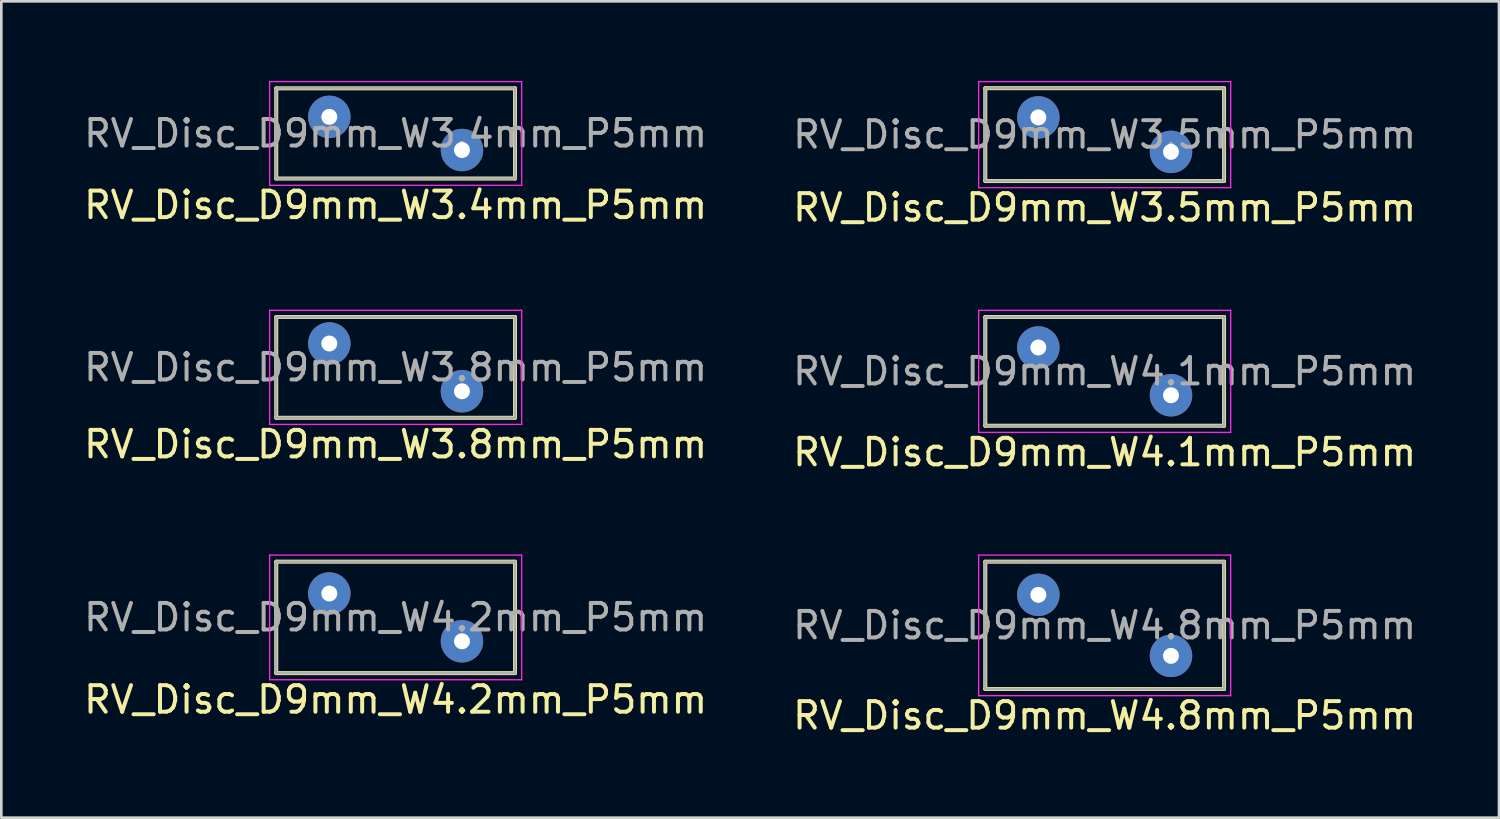
<source format=kicad_pcb>
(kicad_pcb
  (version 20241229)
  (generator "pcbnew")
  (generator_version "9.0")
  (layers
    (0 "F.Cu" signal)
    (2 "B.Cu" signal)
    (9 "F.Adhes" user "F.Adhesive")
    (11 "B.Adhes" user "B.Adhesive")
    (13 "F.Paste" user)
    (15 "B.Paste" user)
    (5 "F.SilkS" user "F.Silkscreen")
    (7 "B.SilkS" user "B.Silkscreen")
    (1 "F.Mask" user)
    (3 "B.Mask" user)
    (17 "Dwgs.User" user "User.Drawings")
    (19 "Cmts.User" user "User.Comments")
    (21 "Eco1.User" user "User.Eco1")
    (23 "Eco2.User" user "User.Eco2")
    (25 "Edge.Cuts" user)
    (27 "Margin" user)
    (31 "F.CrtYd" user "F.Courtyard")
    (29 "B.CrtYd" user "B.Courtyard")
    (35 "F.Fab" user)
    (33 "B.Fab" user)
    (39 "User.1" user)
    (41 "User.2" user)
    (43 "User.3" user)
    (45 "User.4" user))
  (footprint "RV_Disc_D9mm_W3.5mm_P5mm"
    (layer "F.Cu")
    (at 36.089 1.375)
    (property "Reference" "RV_Disc_D9mm_W3.5mm_P5mm" (at 2.5 3.4 0) (layer "F.SilkS") (effects (font (size 1 1) (thickness 0.15))))
    (attr through_hole)
    (fp_line (start -2 -1.1) (end -2 2.4) (stroke (width 0.15) (type solid)) (layer "F.SilkS"))
    (fp_line (start -2 -1.1) (end 7 -1.1) (stroke (width 0.15) (type solid)) (layer "F.SilkS"))
    (fp_line (start -2 2.4) (end 7 2.4) (stroke (width 0.15) (type solid)) (layer "F.SilkS"))
    (fp_line (start 7 -1.1) (end 7 2.4) (stroke (width 0.15) (type solid)) (layer "F.SilkS"))
    (fp_line (start -2.25 -1.35) (end -2.25 2.65) (stroke (width 0.05) (type solid)) (layer "F.CrtYd"))
    (fp_line (start -2.25 -1.35) (end 7.25 -1.35) (stroke (width 0.05) (type solid)) (layer "F.CrtYd"))
    (fp_line (start -2.25 2.65) (end 7.25 2.65) (stroke (width 0.05) (type solid)) (layer "F.CrtYd"))
    (fp_line (start 7.25 -1.35) (end 7.25 2.65) (stroke (width 0.05) (type solid)) (layer "F.CrtYd"))
    (fp_line (start -2 -1.1) (end -2 2.4) (stroke (width 0.1) (type solid)) (layer "F.Fab"))
    (fp_line (start -2 -1.1) (end 7 -1.1) (stroke (width 0.1) (type solid)) (layer "F.Fab"))
    (fp_line (start -2 2.4) (end 7 2.4) (stroke (width 0.1) (type solid)) (layer "F.Fab"))
    (fp_line (start 7 -1.1) (end 7 2.4) (stroke (width 0.1) (type solid)) (layer "F.Fab"))
    (fp_text user "${REFERENCE}" (at 2.5 0.65 0) (layer "F.Fab") (effects (font (size 1 1) (thickness 0.15))))
    (pad "1" thru_hole circle (at 0 0) (size 1.6 1.6) (drill 0.6) (layers "*.Cu" "*.Mask"))
    (pad "2" thru_hole circle (at 5 1.3) (size 1.6 1.6) (drill 0.6) (layers "*.Cu" "*.Mask")))
  (footprint "RV_Disc_D9mm_W4.8mm_P5mm"
    (layer "F.Cu")
    (at 36.089 19.372)
    (property "Reference" "RV_Disc_D9mm_W4.8mm_P5mm" (at 2.5 4.55 0) (layer "F.SilkS") (effects (font (size 1 1) (thickness 0.15))))
    (attr through_hole)
    (fp_line (start -2 -1.25) (end -2 3.55) (stroke (width 0.15) (type solid)) (layer "F.SilkS"))
    (fp_line (start -2 -1.25) (end 7 -1.25) (stroke (width 0.15) (type solid)) (layer "F.SilkS"))
    (fp_line (start -2 3.55) (end 7 3.55) (stroke (width 0.15) (type solid)) (layer "F.SilkS"))
    (fp_line (start 7 -1.25) (end 7 3.55) (stroke (width 0.15) (type solid)) (layer "F.SilkS"))
    (fp_line (start -2.25 -1.5) (end -2.25 3.8) (stroke (width 0.05) (type solid)) (layer "F.CrtYd"))
    (fp_line (start -2.25 -1.5) (end 7.25 -1.5) (stroke (width 0.05) (type solid)) (layer "F.CrtYd"))
    (fp_line (start -2.25 3.8) (end 7.25 3.8) (stroke (width 0.05) (type solid)) (layer "F.CrtYd"))
    (fp_line (start 7.25 -1.5) (end 7.25 3.8) (stroke (width 0.05) (type solid)) (layer "F.CrtYd"))
    (fp_line (start -2 -1.25) (end -2 3.55) (stroke (width 0.1) (type solid)) (layer "F.Fab"))
    (fp_line (start -2 -1.25) (end 7 -1.25) (stroke (width 0.1) (type solid)) (layer "F.Fab"))
    (fp_line (start -2 3.55) (end 7 3.55) (stroke (width 0.1) (type solid)) (layer "F.Fab"))
    (fp_line (start 7 -1.25) (end 7 3.55) (stroke (width 0.1) (type solid)) (layer "F.Fab"))
    (fp_text user "${REFERENCE}" (at 2.5 1.15 0) (layer "F.Fab") (effects (font (size 1 1) (thickness 0.15))))
    (pad "1" thru_hole circle (at 0 0) (size 1.6 1.6) (drill 0.6) (layers "*.Cu" "*.Mask"))
    (pad "2" thru_hole circle (at 5 2.3) (size 1.6 1.6) (drill 0.6) (layers "*.Cu" "*.Mask")))
  (footprint "RV_Disc_D9mm_W3.4mm_P5mm"
    (layer "F.Cu")
    (at 9.363 1.355)
    (property "Reference" "RV_Disc_D9mm_W3.4mm_P5mm" (at 2.5 3.325 0) (layer "F.SilkS") (effects (font (size 1 1) (thickness 0.15))))
    (attr through_hole)
    (fp_line (start -2 -1.075) (end -2 2.325) (stroke (width 0.15) (type solid)) (layer "F.SilkS"))
    (fp_line (start -2 -1.075) (end 7 -1.075) (stroke (width 0.15) (type solid)) (layer "F.SilkS"))
    (fp_line (start -2 2.325) (end 7 2.325) (stroke (width 0.15) (type solid)) (layer "F.SilkS"))
    (fp_line (start 7 -1.075) (end 7 2.325) (stroke (width 0.15) (type solid)) (layer "F.SilkS"))
    (fp_line (start -2.25 -1.33) (end -2.25 2.58) (stroke (width 0.05) (type solid)) (layer "F.CrtYd"))
    (fp_line (start -2.25 -1.33) (end 7.25 -1.33) (stroke (width 0.05) (type solid)) (layer "F.CrtYd"))
    (fp_line (start -2.25 2.58) (end 7.25 2.58) (stroke (width 0.05) (type solid)) (layer "F.CrtYd"))
    (fp_line (start 7.25 -1.33) (end 7.25 2.58) (stroke (width 0.05) (type solid)) (layer "F.CrtYd"))
    (fp_line (start -2 -1.075) (end -2 2.325) (stroke (width 0.1) (type solid)) (layer "F.Fab"))
    (fp_line (start -2 -1.075) (end 7 -1.075) (stroke (width 0.1) (type solid)) (layer "F.Fab"))
    (fp_line (start -2 2.325) (end 7 2.325) (stroke (width 0.1) (type solid)) (layer "F.Fab"))
    (fp_line (start 7 -1.075) (end 7 2.325) (stroke (width 0.1) (type solid)) (layer "F.Fab"))
    (fp_text user "${REFERENCE}" (at 2.5 0.625 0) (layer "F.Fab") (effects (font (size 1 1) (thickness 0.15))))
    (pad "1" thru_hole circle (at 0 0) (size 1.6 1.6) (drill 0.6) (layers "*.Cu" "*.Mask"))
    (pad "2" thru_hole circle (at 5 1.25) (size 1.6 1.6) (drill 0.6) (layers "*.Cu" "*.Mask")))
  (footprint "RV_Disc_D9mm_W4.2mm_P5mm"
    (layer "F.Cu")
    (at 9.363 19.322)
    (property "Reference" "RV_Disc_D9mm_W4.2mm_P5mm" (at 2.5 4 0) (layer "F.SilkS") (effects (font (size 1 1) (thickness 0.15))))
    (attr through_hole)
    (fp_line (start -2 -1.2) (end -2 3) (stroke (width 0.15) (type solid)) (layer "F.SilkS"))
    (fp_line (start -2 -1.2) (end 7 -1.2) (stroke (width 0.15) (type solid)) (layer "F.SilkS"))
    (fp_line (start -2 3) (end 7 3) (stroke (width 0.15) (type solid)) (layer "F.SilkS"))
    (fp_line (start 7 -1.2) (end 7 3) (stroke (width 0.15) (type solid)) (layer "F.SilkS"))
    (fp_line (start -2.25 -1.45) (end -2.25 3.25) (stroke (width 0.05) (type solid)) (layer "F.CrtYd"))
    (fp_line (start -2.25 -1.45) (end 7.25 -1.45) (stroke (width 0.05) (type solid)) (layer "F.CrtYd"))
    (fp_line (start -2.25 3.25) (end 7.25 3.25) (stroke (width 0.05) (type solid)) (layer "F.CrtYd"))
    (fp_line (start 7.25 -1.45) (end 7.25 3.25) (stroke (width 0.05) (type solid)) (layer "F.CrtYd"))
    (fp_line (start -2 -1.2) (end -2 3) (stroke (width 0.1) (type solid)) (layer "F.Fab"))
    (fp_line (start -2 -1.2) (end 7 -1.2) (stroke (width 0.1) (type solid)) (layer "F.Fab"))
    (fp_line (start -2 3) (end 7 3) (stroke (width 0.1) (type solid)) (layer "F.Fab"))
    (fp_line (start 7 -1.2) (end 7 3) (stroke (width 0.1) (type solid)) (layer "F.Fab"))
    (fp_text user "${REFERENCE}" (at 2.5 0.9 0) (layer "F.Fab") (effects (font (size 1 1) (thickness 0.15))))
    (pad "1" thru_hole circle (at 0 0) (size 1.6 1.6) (drill 0.6) (layers "*.Cu" "*.Mask"))
    (pad "2" thru_hole circle (at 5 1.8) (size 1.6 1.6) (drill 0.6) (layers "*.Cu" "*.Mask")))
  (footprint "RV_Disc_D9mm_W3.8mm_P5mm"
    (layer "F.Cu")
    (at 9.363 9.898)
    (property "Reference" "RV_Disc_D9mm_W3.8mm_P5mm" (at 2.5 3.8 0) (layer "F.SilkS") (effects (font (size 1 1) (thickness 0.15))))
    (attr through_hole)
    (fp_line (start -2 -1) (end -2 2.8) (stroke (width 0.15) (type solid)) (layer "F.SilkS"))
    (fp_line (start -2 -1) (end 7 -1) (stroke (width 0.15) (type solid)) (layer "F.SilkS"))
    (fp_line (start -2 2.8) (end 7 2.8) (stroke (width 0.15) (type solid)) (layer "F.SilkS"))
    (fp_line (start 7 -1) (end 7 2.8) (stroke (width 0.15) (type solid)) (layer "F.SilkS"))
    (fp_line (start -2.25 -1.25) (end -2.25 3.05) (stroke (width 0.05) (type solid)) (layer "F.CrtYd"))
    (fp_line (start -2.25 -1.25) (end 7.25 -1.25) (stroke (width 0.05) (type solid)) (layer "F.CrtYd"))
    (fp_line (start -2.25 3.05) (end 7.25 3.05) (stroke (width 0.05) (type solid)) (layer "F.CrtYd"))
    (fp_line (start 7.25 -1.25) (end 7.25 3.05) (stroke (width 0.05) (type solid)) (layer "F.CrtYd"))
    (fp_line (start -2 -1) (end -2 2.8) (stroke (width 0.1) (type solid)) (layer "F.Fab"))
    (fp_line (start -2 -1) (end 7 -1) (stroke (width 0.1) (type solid)) (layer "F.Fab"))
    (fp_line (start -2 2.8) (end 7 2.8) (stroke (width 0.1) (type solid)) (layer "F.Fab"))
    (fp_line (start 7 -1) (end 7 2.8) (stroke (width 0.1) (type solid)) (layer "F.Fab"))
    (fp_text user "${REFERENCE}" (at 2.5 0.9 0) (layer "F.Fab") (effects (font (size 1 1) (thickness 0.15))))
    (pad "1" thru_hole circle (at 0 0) (size 1.6 1.6) (drill 0.6) (layers "*.Cu" "*.Mask"))
    (pad "2" thru_hole circle (at 5 1.8) (size 1.6 1.6) (drill 0.6) (layers "*.Cu" "*.Mask")))
  (footprint "RV_Disc_D9mm_W4.1mm_P5mm"
    (layer "F.Cu")
    (at 36.089 10.048)
    (property "Reference" "RV_Disc_D9mm_W4.1mm_P5mm" (at 2.5 3.95 0) (layer "F.SilkS") (effects (font (size 1 1) (thickness 0.15))))
    (attr through_hole)
    (fp_line (start -2 -1.15) (end -2 2.95) (stroke (width 0.15) (type solid)) (layer "F.SilkS"))
    (fp_line (start -2 -1.15) (end 7 -1.15) (stroke (width 0.15) (type solid)) (layer "F.SilkS"))
    (fp_line (start -2 2.95) (end 7 2.95) (stroke (width 0.15) (type solid)) (layer "F.SilkS"))
    (fp_line (start 7 -1.15) (end 7 2.95) (stroke (width 0.15) (type solid)) (layer "F.SilkS"))
    (fp_line (start -2.25 -1.4) (end -2.25 3.2) (stroke (width 0.05) (type solid)) (layer "F.CrtYd"))
    (fp_line (start -2.25 -1.4) (end 7.25 -1.4) (stroke (width 0.05) (type solid)) (layer "F.CrtYd"))
    (fp_line (start -2.25 3.2) (end 7.25 3.2) (stroke (width 0.05) (type solid)) (layer "F.CrtYd"))
    (fp_line (start 7.25 -1.4) (end 7.25 3.2) (stroke (width 0.05) (type solid)) (layer "F.CrtYd"))
    (fp_line (start -2 -1.15) (end -2 2.95) (stroke (width 0.1) (type solid)) (layer "F.Fab"))
    (fp_line (start -2 -1.15) (end 7 -1.15) (stroke (width 0.1) (type solid)) (layer "F.Fab"))
    (fp_line (start -2 2.95) (end 7 2.95) (stroke (width 0.1) (type solid)) (layer "F.Fab"))
    (fp_line (start 7 -1.15) (end 7 2.95) (stroke (width 0.1) (type solid)) (layer "F.Fab"))
    (fp_text user "${REFERENCE}" (at 2.5 0.9 0) (layer "F.Fab") (effects (font (size 1 1) (thickness 0.15))))
    (pad "1" thru_hole circle (at 0 0) (size 1.6 1.6) (drill 0.6) (layers "*.Cu" "*.Mask"))
    (pad "2" thru_hole circle (at 5 1.8) (size 1.6 1.6) (drill 0.6) (layers "*.Cu" "*.Mask")))
  (gr_rect
    (start -3 -3)
    (end 53.452 27.77)
    (stroke (width 0.1) (type default))
    (fill no)
    (layer "Edge.Cuts")))
</source>
